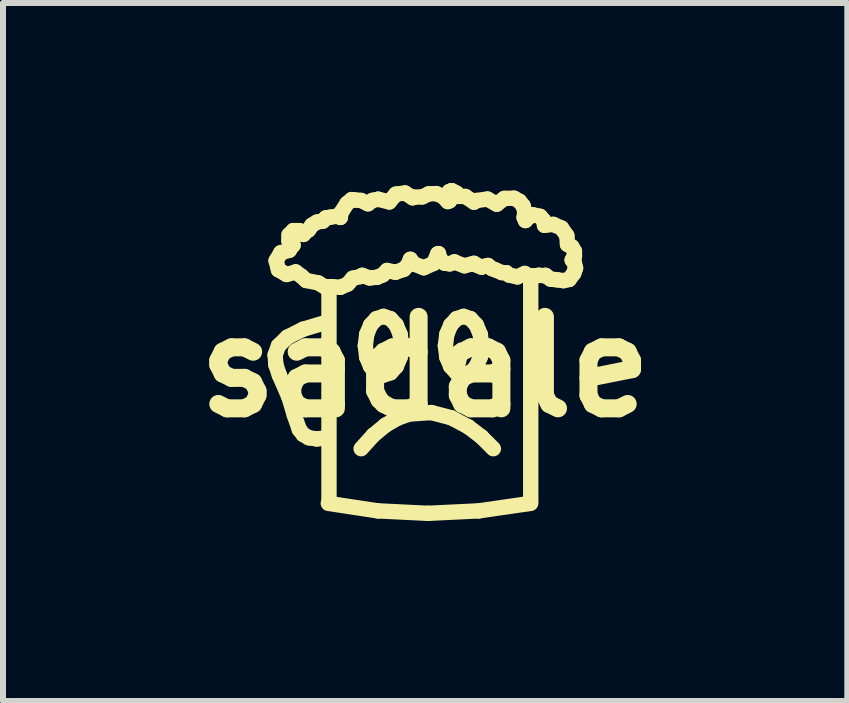
<source format=kicad_pcb>
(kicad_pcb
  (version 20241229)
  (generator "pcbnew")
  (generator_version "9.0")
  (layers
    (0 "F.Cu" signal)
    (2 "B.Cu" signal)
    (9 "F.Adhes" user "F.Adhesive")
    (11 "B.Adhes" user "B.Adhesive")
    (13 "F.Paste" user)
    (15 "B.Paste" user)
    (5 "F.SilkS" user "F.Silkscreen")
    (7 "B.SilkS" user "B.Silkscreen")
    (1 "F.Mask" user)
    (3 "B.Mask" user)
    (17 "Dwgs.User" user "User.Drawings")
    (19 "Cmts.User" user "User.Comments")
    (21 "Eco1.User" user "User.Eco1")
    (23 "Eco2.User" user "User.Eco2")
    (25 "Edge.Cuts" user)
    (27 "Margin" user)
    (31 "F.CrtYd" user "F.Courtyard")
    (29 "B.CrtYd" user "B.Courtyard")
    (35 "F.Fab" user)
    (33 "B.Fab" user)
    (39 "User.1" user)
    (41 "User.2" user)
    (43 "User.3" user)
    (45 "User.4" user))
  (footprint "sadale"
    (layer "F.Cu")
    (at 4.035 3.065)
    (property "Reference" "sadale" (at 0 0 0) (layer "F.SilkS") (effects (font (size 1.524 1.524) (thickness 0.3))))
    (attr through_hole)
    (fp_line (start -2.5 -0.2) (end -2.488 -0.037) (stroke (width 0.256) (type solid) (color 5 5 5 1)) (layer "F.SilkS"))
    (fp_line (start -2.488 -0.037) (end -2.43 0.136) (stroke (width 0.256) (type solid) (color 5 5 5 1)) (layer "F.SilkS"))
    (fp_line (start -2.484 -1.77) (end -2.445 -1.619) (stroke (width 0.256) (type solid) (color 0 0 0 0.965)) (layer "F.SilkS"))
    (fp_line (start -2.445 -1.619) (end -2.31 -1.541) (stroke (width 0.256) (type solid) (color 0 0 0 0.965)) (layer "F.SilkS"))
    (fp_line (start -2.444 -0.354) (end -2.5 -0.2) (stroke (width 0.256) (type solid) (color 5 5 5 1)) (layer "F.SilkS"))
    (fp_line (start -2.297 -0.497) (end -2.444 -0.354) (stroke (width 0.256) (type solid) (color 5 5 5 1)) (layer "F.SilkS"))
    (fp_line (start -2.269 -2.2) (end -2.27 -2.101) (stroke (width 0.256) (type solid) (color 0 0 0 0.965)) (layer "F.SilkS"))
    (fp_line (start -2.264 -1.944) (end -2.406 -1.904) (stroke (width 0.256) (type solid) (color 0 0 0 0.965)) (layer "F.SilkS"))
    (fp_line (start -2.198 -2.272) (end -2.269 -2.2) (stroke (width 0.256) (type solid) (color 0 0 0 0.965)) (layer "F.SilkS"))
    (fp_line (start -2.16 -1.581) (end -2.158 -1.583) (stroke (width 0.256) (type solid) (color 0 0 0 0.965)) (layer "F.SilkS"))
    (fp_line (start -2.096 -2.272) (end -2.198 -2.272) (stroke (width 0.256) (type solid) (color 0 0 0 0.965)) (layer "F.SilkS"))
    (fp_line (start -2.064 -1.514) (end -1.983 -1.441) (stroke (width 0.256) (type solid) (color 0 0 0 0.965)) (layer "F.SilkS"))
    (fp_line (start -2.037 -0.628) (end -2.297 -0.497) (stroke (width 0.256) (type solid) (color 5 5 5 1)) (layer "F.SilkS"))
    (fp_line (start -2.033 1.125) (end -1.939 1.18) (stroke (width 0.256) (type solid) (color 5 5 5 1)) (layer "F.SilkS"))
    (fp_line (start -2.029 -2.208) (end -2.096 -2.272) (stroke (width 0.256) (type solid) (color 0 0 0 0.965)) (layer "F.SilkS"))
    (fp_line (start -1.983 -1.441) (end -1.785 -1.402) (stroke (width 0.256) (type solid) (color 0 0 0 0.965)) (layer "F.SilkS"))
    (fp_line (start -1.943 -2.284) (end -2.001 -2.243) (stroke (width 0.256) (type solid) (color 0 0 0 0.965)) (layer "F.SilkS"))
    (fp_line (start -1.939 1.18) (end -1.805 1.199) (stroke (width 0.256) (type solid) (color 5 5 5 1)) (layer "F.SilkS"))
    (fp_line (start -1.887 -2.363) (end -1.943 -2.284) (stroke (width 0.256) (type solid) (color 0 0 0 0.965)) (layer "F.SilkS"))
    (fp_line (start -1.805 1.199) (end -1.621 1.178) (stroke (width 0.256) (type solid) (color 5 5 5 1)) (layer "F.SilkS"))
    (fp_line (start -1.803 -2.415) (end -1.887 -2.363) (stroke (width 0.256) (type solid) (color 0 0 0 0.965)) (layer "F.SilkS"))
    (fp_line (start -1.706 -2.429) (end -1.803 -2.415) (stroke (width 0.256) (type solid) (color 0 0 0 0.965)) (layer "F.SilkS"))
    (fp_line (start -1.676 -1.338) (end -1.547 -1.337) (stroke (width 0.256) (type solid) (color 0 0 0 0.965)) (layer "F.SilkS"))
    (fp_line (start -1.654 -2.485) (end -1.703 -2.436) (stroke (width 0.256) (type solid) (color 0 0 0 0.965)) (layer "F.SilkS"))
    (fp_line (start -1.641 -0.746) (end -2.037 -0.628) (stroke (width 0.256) (type solid) (color 5 5 5 1)) (layer "F.SilkS"))
    (fp_line (start -1.614 2.273) (end -0.79 2.398) (stroke (width 0.256) (type solid)) (layer "F.SilkS"))
    (fp_line (start -1.603 -1.317) (end -1.603 2.264) (stroke (width 0.256) (type solid)) (layer "F.SilkS"))
    (fp_line (start -1.547 -1.337) (end -1.413 -1.328) (stroke (width 0.256) (type solid) (color 0 0 0 0.965)) (layer "F.SilkS"))
    (fp_line (start -1.413 -2.492) (end -1.457 -2.514) (stroke (width 0.256) (type solid) (color 0 0 0 0.965)) (layer "F.SilkS"))
    (fp_line (start -1.413 -1.328) (end -1.29 -1.381) (stroke (width 0.256) (type solid) (color 0 0 0 0.965)) (layer "F.SilkS"))
    (fp_line (start -1.406 -2.563) (end -1.413 -2.492) (stroke (width 0.256) (type solid) (color 0 0 0 0.965)) (layer "F.SilkS"))
    (fp_line (start -1.302 -2.725) (end -1.406 -2.563) (stroke (width 0.256) (type solid) (color 0 0 0 0.965)) (layer "F.SilkS"))
    (fp_line (start -1.161 -2.781) (end -1.225 -2.789) (stroke (width 0.256) (type solid) (color 0 0 0 0.965)) (layer "F.SilkS"))
    (fp_line (start -1.081 -1.506) (end -1.049 -1.527) (stroke (width 0.256) (type solid) (color 0 0 0 0.965)) (layer "F.SilkS"))
    (fp_line (start -1.069 -2.775) (end -1.161 -2.781) (stroke (width 0.256) (type solid) (color 0 0 0 0.965)) (layer "F.SilkS"))
    (fp_line (start -1.067 1.362) (end -0.864 1.137) (stroke (width 0.256) (type solid)) (layer "F.SilkS"))
    (fp_line (start -0.997 -0.354) (end -0.974 -0.544) (stroke (width 0.256) (type solid)) (layer "F.SilkS"))
    (fp_line (start -0.974 -0.544) (end -0.909 -0.699) (stroke (width 0.256) (type solid)) (layer "F.SilkS"))
    (fp_line (start -0.974 -0.163) (end -0.997 -0.354) (stroke (width 0.256) (type solid)) (layer "F.SilkS"))
    (fp_line (start -0.909 -0.699) (end -0.813 -0.804) (stroke (width 0.256) (type solid)) (layer "F.SilkS"))
    (fp_line (start -0.909 -0.008) (end -0.974 -0.163) (stroke (width 0.256) (type solid)) (layer "F.SilkS"))
    (fp_line (start -0.864 1.137) (end -0.662 0.97) (stroke (width 0.256) (type solid)) (layer "F.SilkS"))
    (fp_line (start -0.813 -0.804) (end -0.695 -0.843) (stroke (width 0.256) (type solid)) (layer "F.SilkS"))
    (fp_line (start -0.813 0.097) (end -0.909 -0.008) (stroke (width 0.256) (type solid)) (layer "F.SilkS"))
    (fp_line (start -0.782 -2.794) (end -0.785 -2.794) (stroke (width 0.256) (type solid) (color 0 0 0 0.965)) (layer "F.SilkS"))
    (fp_line (start -0.695 -0.843) (end -0.578 -0.804) (stroke (width 0.256) (type solid)) (layer "F.SilkS"))
    (fp_line (start -0.695 0.135) (end -0.813 0.097) (stroke (width 0.256) (type solid)) (layer "F.SilkS"))
    (fp_line (start -0.662 0.97) (end -0.463 0.855) (stroke (width 0.256) (type solid)) (layer "F.SilkS"))
    (fp_line (start -0.578 0.097) (end -0.695 0.135) (stroke (width 0.256) (type solid)) (layer "F.SilkS"))
    (fp_line (start -0.488 -2.88) (end -0.598 -2.75) (stroke (width 0.256) (type solid) (color 0 0 0 0.965)) (layer "F.SilkS"))
    (fp_line (start -0.463 0.855) (end -0.268 0.785) (stroke (width 0.256) (type solid)) (layer "F.SilkS"))
    (fp_line (start -0.393 -0.354) (end -0.417 -0.163) (stroke (width 0.256) (type solid)) (layer "F.SilkS"))
    (fp_line (start -0.357 -1.626) (end -0.285 -1.701) (stroke (width 0.256) (type solid) (color 0 0 0 0.965)) (layer "F.SilkS"))
    (fp_line (start -0.285 -1.701) (end -0.247 -1.794) (stroke (width 0.256) (type solid) (color 0 0 0 0.965)) (layer "F.SilkS"))
    (fp_line (start -0.247 -1.794) (end -0.194 -1.719) (stroke (width 0.256) (type solid) (color 0 0 0 0.965)) (layer "F.SilkS"))
    (fp_line (start -0.208 -2.819) (end -0.336 -2.899) (stroke (width 0.256) (type solid) (color 0 0 0 0.965)) (layer "F.SilkS"))
    (fp_line (start -0.189 -2.829) (end -0.208 -2.819) (stroke (width 0.256) (type solid) (color 0 0 0 0.965)) (layer "F.SilkS"))
    (fp_line (start -0.047 -2.834) (end -0.189 -2.829) (stroke (width 0.256) (type solid) (color 0 0 0 0.965)) (layer "F.SilkS"))
    (fp_line (start -0.024 -1.653) (end 0.143 -1.727) (stroke (width 0.256) (type solid) (color 0 0 0 0.965)) (layer "F.SilkS"))
    (fp_line (start 0.046 2.439) (end 0.895 2.398) (stroke (width 0.256) (type solid)) (layer "F.SilkS"))
    (fp_line (start 0.103 0.76) (end 0.436 0.847) (stroke (width 0.256) (type solid)) (layer "F.SilkS"))
    (fp_line (start 0.143 -1.727) (end 0.209 -1.884) (stroke (width 0.256) (type solid) (color 0 0 0 0.965)) (layer "F.SilkS"))
    (fp_line (start 0.183 -2.889) (end 0.06 -2.885) (stroke (width 0.256) (type solid) (color 0 0 0 0.965)) (layer "F.SilkS"))
    (fp_line (start 0.222 -1.889) (end 0.247 -1.794) (stroke (width 0.256) (type solid) (color 0 0 0 0.965)) (layer "F.SilkS"))
    (fp_line (start 0.247 -1.794) (end 0.324 -1.729) (stroke (width 0.256) (type solid) (color 0 0 0 0.965)) (layer "F.SilkS"))
    (fp_line (start 0.295 -2.842) (end 0.183 -2.889) (stroke (width 0.256) (type solid) (color 0 0 0 0.965)) (layer "F.SilkS"))
    (fp_line (start 0.337 -0.354) (end 0.361 -0.163) (stroke (width 0.256) (type solid)) (layer "F.SilkS"))
    (fp_line (start 0.361 -0.544) (end 0.337 -0.354) (stroke (width 0.256) (type solid)) (layer "F.SilkS"))
    (fp_line (start 0.364 -2.869) (end 0.376 -2.803) (stroke (width 0.256) (type solid) (color 0 0 0 0.965)) (layer "F.SilkS"))
    (fp_line (start 0.376 -2.803) (end 0.409 -2.773) (stroke (width 0.256) (type solid) (color 0 0 0 0.965)) (layer "F.SilkS"))
    (fp_line (start 0.406 -2.77) (end 0.377 -2.756) (stroke (width 0.256) (type solid) (color 0 0 0 0.965)) (layer "F.SilkS"))
    (fp_line (start 0.409 -2.773) (end 0.406 -2.77) (stroke (width 0.256) (type solid) (color 0 0 0 0.965)) (layer "F.SilkS"))
    (fp_line (start 0.41 -1.718) (end 0.488 -1.751) (stroke (width 0.256) (type solid) (color 0 0 0 0.965)) (layer "F.SilkS"))
    (fp_line (start 0.436 0.847) (end 0.72 0.998) (stroke (width 0.256) (type solid)) (layer "F.SilkS"))
    (fp_line (start 0.442 -2.937) (end 0.402 -2.923) (stroke (width 0.256) (type solid) (color 0 0 0 0.965)) (layer "F.SilkS"))
    (fp_line (start 0.488 -1.751) (end 0.499 -1.743) (stroke (width 0.256) (type solid) (color 0 0 0 0.965)) (layer "F.SilkS"))
    (fp_line (start 0.499 -1.743) (end 0.655 -1.686) (stroke (width 0.256) (type solid) (color 0 0 0 0.965)) (layer "F.SilkS"))
    (fp_line (start 0.522 0.097) (end 0.64 0.135) (stroke (width 0.256) (type solid)) (layer "F.SilkS"))
    (fp_line (start 0.64 -0.843) (end 0.522 -0.804) (stroke (width 0.256) (type solid)) (layer "F.SilkS"))
    (fp_line (start 0.655 -1.686) (end 0.811 -1.727) (stroke (width 0.256) (type solid) (color 0 0 0 0.965)) (layer "F.SilkS"))
    (fp_line (start 0.67 -2.841) (end 0.535 -2.843) (stroke (width 0.256) (type solid) (color 0 0 0 0.965)) (layer "F.SilkS"))
    (fp_line (start 0.72 0.998) (end 0.94 1.166) (stroke (width 0.256) (type solid)) (layer "F.SilkS"))
    (fp_line (start 0.755 -0.805) (end 0.64 -0.843) (stroke (width 0.256) (type solid)) (layer "F.SilkS"))
    (fp_line (start 0.828 -1.715) (end 0.86 -1.696) (stroke (width 0.256) (type solid) (color 0 0 0 0.965)) (layer "F.SilkS"))
    (fp_line (start 0.853 -0.008) (end 0.919 -0.167) (stroke (width 0.256) (type solid)) (layer "F.SilkS"))
    (fp_line (start 0.86 -1.696) (end 0.94 -1.663) (stroke (width 0.256) (type solid) (color 0 0 0 0.965)) (layer "F.SilkS"))
    (fp_line (start 0.895 2.398) (end 1.756 2.273) (stroke (width 0.256) (type solid)) (layer "F.SilkS"))
    (fp_line (start 0.919 -0.541) (end 0.853 -0.699) (stroke (width 0.256) (type solid)) (layer "F.SilkS"))
    (fp_line (start 0.919 -0.167) (end 0.942 -0.354) (stroke (width 0.256) (type solid)) (layer "F.SilkS"))
    (fp_line (start 0.942 -0.354) (end 0.919 -0.541) (stroke (width 0.256) (type solid)) (layer "F.SilkS"))
    (fp_line (start 1.038 -2.798) (end 0.859 -2.774) (stroke (width 0.256) (type solid) (color 0 0 0 0.965)) (layer "F.SilkS"))
    (fp_line (start 1.047 -1.691) (end 1.108 -1.641) (stroke (width 0.256) (type solid) (color 0 0 0 0.965)) (layer "F.SilkS"))
    (fp_line (start 1.108 -1.641) (end 1.165 -1.62) (stroke (width 0.256) (type solid) (color 0 0 0 0.965)) (layer "F.SilkS"))
    (fp_line (start 1.165 -1.62) (end 1.28 -1.572) (stroke (width 0.256) (type solid) (color 0 0 0 0.965)) (layer "F.SilkS"))
    (fp_line (start 1.193 -2.712) (end 1.038 -2.798) (stroke (width 0.256) (type solid) (color 0 0 0 0.965)) (layer "F.SilkS"))
    (fp_line (start 1.28 -1.572) (end 1.351 -1.571) (stroke (width 0.256) (type solid) (color 0 0 0 0.965)) (layer "F.SilkS"))
    (fp_line (start 1.401 -1.531) (end 1.536 -1.501) (stroke (width 0.256) (type solid) (color 0 0 0 0.965)) (layer "F.SilkS"))
    (fp_line (start 1.649 -2.491) (end 1.66 -2.592) (stroke (width 0.256) (type solid) (color 0 0 0 0.965)) (layer "F.SilkS"))
    (fp_line (start 1.708 -1.524) (end 1.847 -1.518) (stroke (width 0.256) (type solid) (color 0 0 0 0.965)) (layer "F.SilkS"))
    (fp_line (start 1.759 -1.509) (end 1.759 2.264) (stroke (width 0.256) (type solid)) (layer "F.SilkS"))
    (fp_line (start 1.847 -1.518) (end 1.864 -1.521) (stroke (width 0.256) (type solid) (color 0 0 0 0.965)) (layer "F.SilkS"))
    (fp_line (start 1.916 -2.51) (end 1.792 -2.536) (stroke (width 0.256) (type solid) (color 0 0 0 0.965)) (layer "F.SilkS"))
    (fp_line (start 1.987 -1.521) (end 2.005 -1.527) (stroke (width 0.256) (type solid) (color 0 0 0 0.965)) (layer "F.SilkS"))
    (fp_line (start 1.989 -2.36) (end 1.973 -2.444) (stroke (width 0.256) (type solid) (color 0 0 0 0.965)) (layer "F.SilkS"))
    (fp_line (start 2.195 -1.453) (end 2.304 -1.438) (stroke (width 0.256) (type solid) (color 0 0 0 0.965)) (layer "F.SilkS"))
    (fp_line (start 2.272 -2.315) (end 2.134 -2.376) (stroke (width 0.256) (type solid) (color 0 0 0 0.965)) (layer "F.SilkS"))
    (fp_line (start 2.36 -2.19) (end 2.272 -2.315) (stroke (width 0.256) (type solid) (color 0 0 0 0.965)) (layer "F.SilkS"))
    (fp_line (start 2.444 -2.003) (end 2.372 -2.042) (stroke (width 0.256) (type solid) (color 0 0 0 0.965)) (layer "F.SilkS"))
    (fp_line (start 2.45 -1.782) (end 2.488 -1.85) (stroke (width 0.256) (type solid) (color 0 0 0 0.965)) (layer "F.SilkS"))
    (fp_line (start 2.476 -1.561) (end 2.506 -1.648) (stroke (width 0.256) (type solid) (color 0 0 0 0.965)) (layer "F.SilkS"))
    (fp_line (start 2.485 -1.739) (end 2.45 -1.782) (stroke (width 0.256) (type solid) (color 0 0 0 0.965)) (layer "F.SilkS"))
    (fp_line (start 2.488 -1.85) (end 2.487 -1.93) (stroke (width 0.256) (type solid) (color 0 0 0 0.965)) (layer "F.SilkS"))
    (fp_line (start 2.506 -1.648) (end 2.485 -1.739) (stroke (width 0.256) (type solid) (color 0 0 0 0.965)) (layer "F.SilkS"))
    (fp_poly (pts (xy -0.524 -0.338) (xy -0.483 -0.169) (xy -0.524 0.001) (xy -0.623 0.071) (xy -0.722 0.001) (xy -0.763 -0.169) (xy -0.722 -0.338) (xy -0.623 -0.409)) (stroke (width 0) (type solid)) (fill yes) (layer "F.SilkS"))
    (fp_poly (pts (xy 0.666 -0.338) (xy 0.707 -0.169) (xy 0.666 0.001) (xy 0.567 0.071) (xy 0.468 0.001) (xy 0.427 -0.169) (xy 0.468 -0.338) (xy 0.567 -0.409)) (stroke (width 0) (type solid)) (fill yes) (layer "F.SilkS"))
    (fp_curve (pts (xy -2.43 0.136) (xy -2.377 0.258) (xy -2.324 0.379) (xy -2.271 0.501)) (stroke (width 0.256) (type solid) (color 5 5 5 1)) (layer "F.SilkS"))
    (fp_curve (pts (xy -2.406 -1.904) (xy -2.432 -1.859) (xy -2.458 -1.814) (xy -2.484 -1.77)) (stroke (width 0.256) (type solid) (color 0 0 0 0.965)) (layer "F.SilkS"))
    (fp_curve (pts (xy -2.31 -1.541) (xy -2.26 -1.554) (xy -2.21 -1.568) (xy -2.16 -1.581)) (stroke (width 0.256) (type solid) (color 0 0 0 0.965)) (layer "F.SilkS"))
    (fp_curve (pts (xy -2.271 0.501) (xy -2.241 0.601) (xy -2.211 0.7) (xy -2.181 0.8)) (stroke (width 0.256) (type solid) (color 5 5 5 1)) (layer "F.SilkS"))
    (fp_curve (pts (xy -2.27 -2.101) (xy -2.247 -2.077) (xy -2.224 -2.054) (xy -2.201 -2.03)) (stroke (width 0.256) (type solid) (color 0 0 0 0.965)) (layer "F.SilkS"))
    (fp_curve (pts (xy -2.221 -2.015) (xy -2.236 -1.991) (xy -2.25 -1.968) (xy -2.264 -1.944)) (stroke (width 0.256) (type solid) (color 0 0 0 0.965)) (layer "F.SilkS"))
    (fp_curve (pts (xy -2.201 -2.03) (xy -2.208 -2.025) (xy -2.215 -2.02) (xy -2.221 -2.015)) (stroke (width 0.256) (type solid) (color 0 0 0 0.965)) (layer "F.SilkS"))
    (fp_curve (pts (xy -2.181 0.8) (xy -2.154 0.88) (xy -2.126 0.96) (xy -2.098 1.04)) (stroke (width 0.256) (type solid) (color 5 5 5 1)) (layer "F.SilkS"))
    (fp_curve (pts (xy -2.158 -1.583) (xy -2.127 -1.56) (xy -2.095 -1.537) (xy -2.064 -1.514)) (stroke (width 0.256) (type solid) (color 0 0 0 0.965)) (layer "F.SilkS"))
    (fp_curve (pts (xy -2.098 1.04) (xy -2.077 1.068) (xy -2.055 1.096) (xy -2.033 1.125)) (stroke (width 0.256) (type solid) (color 5 5 5 1)) (layer "F.SilkS"))
    (fp_curve (pts (xy -2.001 -2.243) (xy -2.01 -2.231) (xy -2.019 -2.22) (xy -2.029 -2.208)) (stroke (width 0.256) (type solid) (color 0 0 0 0.965)) (layer "F.SilkS"))
    (fp_curve (pts (xy -1.785 -1.402) (xy -1.749 -1.381) (xy -1.712 -1.359) (xy -1.676 -1.338)) (stroke (width 0.256) (type solid) (color 0 0 0 0.965)) (layer "F.SilkS"))
    (fp_curve (pts (xy -1.703 -2.436) (xy -1.704 -2.434) (xy -1.705 -2.432) (xy -1.706 -2.429)) (stroke (width 0.256) (type solid) (color 0 0 0 0.965)) (layer "F.SilkS"))
    (fp_curve (pts (xy -1.587 -2.495) (xy -1.609 -2.492) (xy -1.632 -2.488) (xy -1.654 -2.485)) (stroke (width 0.256) (type solid) (color 0 0 0 0.965)) (layer "F.SilkS"))
    (fp_curve (pts (xy -1.457 -2.514) (xy -1.5 -2.507) (xy -1.543 -2.501) (xy -1.587 -2.495)) (stroke (width 0.256) (type solid) (color 0 0 0 0.965)) (layer "F.SilkS"))
    (fp_curve (pts (xy -1.29 -1.381) (xy -1.262 -1.413) (xy -1.234 -1.446) (xy -1.206 -1.479)) (stroke (width 0.256) (type solid) (color 0 0 0 0.965)) (layer "F.SilkS"))
    (fp_curve (pts (xy -1.225 -2.789) (xy -1.251 -2.768) (xy -1.276 -2.746) (xy -1.302 -2.725)) (stroke (width 0.256) (type solid) (color 0 0 0 0.965)) (layer "F.SilkS"))
    (fp_curve (pts (xy -1.206 -1.479) (xy -1.164 -1.488) (xy -1.123 -1.497) (xy -1.081 -1.506)) (stroke (width 0.256) (type solid) (color 0 0 0 0.965)) (layer "F.SilkS"))
    (fp_curve (pts (xy -1.049 -1.527) (xy -1.008 -1.512) (xy -0.968 -1.497) (xy -0.927 -1.483)) (stroke (width 0.256) (type solid) (color 0 0 0 0.965)) (layer "F.SilkS"))
    (fp_curve (pts (xy -0.953 -2.719) (xy -0.991 -2.738) (xy -1.03 -2.757) (xy -1.069 -2.775)) (stroke (width 0.256) (type solid) (color 0 0 0 0.965)) (layer "F.SilkS"))
    (fp_curve (pts (xy -0.927 -1.483) (xy -0.885 -1.487) (xy -0.842 -1.491) (xy -0.8 -1.495)) (stroke (width 0.256) (type solid) (color 0 0 0 0.965)) (layer "F.SilkS"))
    (fp_curve (pts (xy -0.878 -2.776) (xy -0.903 -2.757) (xy -0.928 -2.738) (xy -0.953 -2.719)) (stroke (width 0.256) (type solid) (color 0 0 0 0.965)) (layer "F.SilkS"))
    (fp_curve (pts (xy -0.8 -1.495) (xy -0.768 -1.508) (xy -0.737 -1.521) (xy -0.705 -1.535)) (stroke (width 0.256) (type solid) (color 0 0 0 0.965)) (layer "F.SilkS"))
    (fp_curve (pts (xy -0.79 2.398) (xy -0.511 2.412) (xy -0.233 2.426) (xy 0.046 2.439)) (stroke (width 0.256) (type solid)) (layer "F.SilkS"))
    (fp_curve (pts (xy -0.785 -2.794) (xy -0.816 -2.788) (xy -0.847 -2.782) (xy -0.878 -2.776)) (stroke (width 0.256) (type solid) (color 0 0 0 0.965)) (layer "F.SilkS"))
    (fp_curve (pts (xy -0.705 -1.535) (xy -0.682 -1.559) (xy -0.658 -1.584) (xy -0.635 -1.608)) (stroke (width 0.256) (type solid) (color 0 0 0 0.965)) (layer "F.SilkS"))
    (fp_curve (pts (xy -0.635 -1.608) (xy -0.588 -1.598) (xy -0.542 -1.588) (xy -0.495 -1.578)) (stroke (width 0.256) (type solid) (color 0 0 0 0.965)) (layer "F.SilkS"))
    (fp_curve (pts (xy -0.598 -2.75) (xy -0.659 -2.765) (xy -0.72 -2.779) (xy -0.782 -2.794)) (stroke (width 0.256) (type solid) (color 0 0 0 0.965)) (layer "F.SilkS"))
    (fp_curve (pts (xy -0.578 -0.804) (xy -0.546 -0.769) (xy -0.514 -0.734) (xy -0.482 -0.699)) (stroke (width 0.256) (type solid)) (layer "F.SilkS"))
    (fp_curve (pts (xy -0.495 -1.578) (xy -0.449 -1.594) (xy -0.403 -1.61) (xy -0.357 -1.626)) (stroke (width 0.256) (type solid) (color 0 0 0 0.965)) (layer "F.SilkS"))
    (fp_curve (pts (xy -0.482 -0.699) (xy -0.46 -0.648) (xy -0.438 -0.596) (xy -0.417 -0.544)) (stroke (width 0.256) (type solid)) (layer "F.SilkS"))
    (fp_curve (pts (xy -0.482 -0.008) (xy -0.514 0.027) (xy -0.546 0.062) (xy -0.578 0.097)) (stroke (width 0.256) (type solid)) (layer "F.SilkS"))
    (fp_curve (pts (xy -0.417 -0.544) (xy -0.409 -0.481) (xy -0.401 -0.417) (xy -0.393 -0.354)) (stroke (width 0.256) (type solid)) (layer "F.SilkS"))
    (fp_curve (pts (xy -0.417 -0.163) (xy -0.438 -0.112) (xy -0.46 -0.06) (xy -0.482 -0.008)) (stroke (width 0.256) (type solid)) (layer "F.SilkS"))
    (fp_curve (pts (xy -0.336 -2.899) (xy -0.387 -2.893) (xy -0.437 -2.886) (xy -0.488 -2.88)) (stroke (width 0.256) (type solid) (color 0 0 0 0.965)) (layer "F.SilkS"))
    (fp_curve (pts (xy -0.268 0.785) (xy -0.145 0.777) (xy -0.021 0.768) (xy 0.103 0.76)) (stroke (width 0.256) (type solid)) (layer "F.SilkS"))
    (fp_curve (pts (xy -0.194 -1.719) (xy -0.138 -1.697) (xy -0.081 -1.675) (xy -0.024 -1.653)) (stroke (width 0.256) (type solid) (color 0 0 0 0.965)) (layer "F.SilkS"))
    (fp_curve (pts (xy 0.06 -2.885) (xy 0.025 -2.868) (xy -0.011 -2.851) (xy -0.047 -2.834)) (stroke (width 0.256) (type solid) (color 0 0 0 0.965)) (layer "F.SilkS"))
    (fp_curve (pts (xy 0.209 -1.884) (xy 0.213 -1.886) (xy 0.218 -1.887) (xy 0.222 -1.889)) (stroke (width 0.256) (type solid) (color 0 0 0 0.965)) (layer "F.SilkS"))
    (fp_curve (pts (xy 0.324 -1.729) (xy 0.353 -1.726) (xy 0.382 -1.722) (xy 0.41 -1.718)) (stroke (width 0.256) (type solid) (color 0 0 0 0.965)) (layer "F.SilkS"))
    (fp_curve (pts (xy 0.361 -0.163) (xy 0.383 -0.112) (xy 0.404 -0.06) (xy 0.426 -0.008)) (stroke (width 0.256) (type solid)) (layer "F.SilkS"))
    (fp_curve (pts (xy 0.377 -2.756) (xy 0.35 -2.785) (xy 0.322 -2.813) (xy 0.295 -2.842)) (stroke (width 0.256) (type solid) (color 0 0 0 0.965)) (layer "F.SilkS"))
    (fp_curve (pts (xy 0.402 -2.923) (xy 0.389 -2.905) (xy 0.376 -2.887) (xy 0.364 -2.869)) (stroke (width 0.256) (type solid) (color 0 0 0 0.965)) (layer "F.SilkS"))
    (fp_curve (pts (xy 0.426 -0.699) (xy 0.404 -0.648) (xy 0.383 -0.596) (xy 0.361 -0.544)) (stroke (width 0.256) (type solid)) (layer "F.SilkS"))
    (fp_curve (pts (xy 0.426 -0.008) (xy 0.458 0.027) (xy 0.49 0.062) (xy 0.522 0.097)) (stroke (width 0.256) (type solid)) (layer "F.SilkS"))
    (fp_curve (pts (xy 0.442 -2.937) (xy 0.442 -2.937) (xy 0.442 -2.937) (xy 0.442 -2.937)) (stroke (width 0.256) (type solid) (color 0 0 0 0.965)) (layer "F.SilkS"))
    (fp_curve (pts (xy 0.522 -2.897) (xy 0.495 -2.91) (xy 0.469 -2.924) (xy 0.442 -2.937)) (stroke (width 0.256) (type solid) (color 0 0 0 0.965)) (layer "F.SilkS"))
    (fp_curve (pts (xy 0.522 -0.804) (xy 0.49 -0.769) (xy 0.458 -0.734) (xy 0.426 -0.699)) (stroke (width 0.256) (type solid)) (layer "F.SilkS"))
    (fp_curve (pts (xy 0.535 -2.843) (xy 0.53 -2.861) (xy 0.526 -2.879) (xy 0.522 -2.897)) (stroke (width 0.256) (type solid) (color 0 0 0 0.965)) (layer "F.SilkS"))
    (fp_curve (pts (xy 0.64 0.135) (xy 0.678 0.123) (xy 0.717 0.11) (xy 0.755 0.098)) (stroke (width 0.256) (type solid)) (layer "F.SilkS"))
    (fp_curve (pts (xy 0.755 0.098) (xy 0.788 0.063) (xy 0.821 0.027) (xy 0.853 -0.008)) (stroke (width 0.256) (type solid)) (layer "F.SilkS"))
    (fp_curve (pts (xy 0.811 -1.727) (xy 0.817 -1.723) (xy 0.822 -1.719) (xy 0.828 -1.715)) (stroke (width 0.256) (type solid) (color 0 0 0 0.965)) (layer "F.SilkS"))
    (fp_curve (pts (xy 0.814 -2.746) (xy 0.766 -2.778) (xy 0.718 -2.809) (xy 0.67 -2.841)) (stroke (width 0.256) (type solid) (color 0 0 0 0.965)) (layer "F.SilkS"))
    (fp_curve (pts (xy 0.853 -0.699) (xy 0.821 -0.735) (xy 0.788 -0.77) (xy 0.755 -0.805)) (stroke (width 0.256) (type solid)) (layer "F.SilkS"))
    (fp_curve (pts (xy 0.859 -2.774) (xy 0.844 -2.765) (xy 0.829 -2.755) (xy 0.814 -2.746)) (stroke (width 0.256) (type solid) (color 0 0 0 0.965)) (layer "F.SilkS"))
    (fp_curve (pts (xy 0.94 1.166) (xy 1.006 1.231) (xy 1.071 1.296) (xy 1.136 1.362)) (stroke (width 0.256) (type solid)) (layer "F.SilkS"))
    (fp_curve (pts (xy 0.94 -1.663) (xy 0.95 -1.667) (xy 0.96 -1.671) (xy 0.97 -1.674)) (stroke (width 0.256) (type solid) (color 0 0 0 0.965)) (layer "F.SilkS"))
    (fp_curve (pts (xy 0.97 -1.674) (xy 0.995 -1.68) (xy 1.021 -1.685) (xy 1.047 -1.691)) (stroke (width 0.256) (type solid) (color 0 0 0 0.965)) (layer "F.SilkS"))
    (fp_curve (pts (xy 1.319 -2.809) (xy 1.277 -2.777) (xy 1.235 -2.744) (xy 1.193 -2.712)) (stroke (width 0.256) (type solid) (color 0 0 0 0.965)) (layer "F.SilkS"))
    (fp_curve (pts (xy 1.351 -1.571) (xy 1.368 -1.558) (xy 1.384 -1.544) (xy 1.401 -1.531)) (stroke (width 0.256) (type solid) (color 0 0 0 0.965)) (layer "F.SilkS"))
    (fp_curve (pts (xy 1.482 -2.812) (xy 1.428 -2.811) (xy 1.374 -2.81) (xy 1.319 -2.809)) (stroke (width 0.256) (type solid) (color 0 0 0 0.965)) (layer "F.SilkS"))
    (fp_curve (pts (xy 1.536 -1.501) (xy 1.577 -1.52) (xy 1.618 -1.539) (xy 1.66 -1.558)) (stroke (width 0.256) (type solid) (color 0 0 0 0.965)) (layer "F.SilkS"))
    (fp_curve (pts (xy 1.571 -2.762) (xy 1.542 -2.779) (xy 1.512 -2.795) (xy 1.482 -2.812)) (stroke (width 0.256) (type solid) (color 0 0 0 0.965)) (layer "F.SilkS"))
    (fp_curve (pts (xy 1.632 -2.686) (xy 1.612 -2.711) (xy 1.591 -2.737) (xy 1.571 -2.762)) (stroke (width 0.256) (type solid) (color 0 0 0 0.965)) (layer "F.SilkS"))
    (fp_curve (pts (xy 1.66 -2.592) (xy 1.65 -2.623) (xy 1.641 -2.654) (xy 1.632 -2.686)) (stroke (width 0.256) (type solid) (color 0 0 0 0.965)) (layer "F.SilkS"))
    (fp_curve (pts (xy 1.66 -1.558) (xy 1.676 -1.546) (xy 1.692 -1.535) (xy 1.708 -1.524)) (stroke (width 0.256) (type solid) (color 0 0 0 0.965)) (layer "F.SilkS"))
    (fp_curve (pts (xy 1.671 -2.44) (xy 1.664 -2.457) (xy 1.656 -2.474) (xy 1.649 -2.491)) (stroke (width 0.256) (type solid) (color 0 0 0 0.965)) (layer "F.SilkS"))
    (fp_curve (pts (xy 1.685 -2.466) (xy 1.68 -2.457) (xy 1.676 -2.448) (xy 1.671 -2.44)) (stroke (width 0.256) (type solid) (color 0 0 0 0.965)) (layer "F.SilkS"))
    (fp_curve (pts (xy 1.792 -2.536) (xy 1.756 -2.512) (xy 1.721 -2.489) (xy 1.685 -2.466)) (stroke (width 0.256) (type solid) (color 0 0 0 0.965)) (layer "F.SilkS"))
    (fp_curve (pts (xy 1.864 -1.521) (xy 1.873 -1.524) (xy 1.882 -1.526) (xy 1.891 -1.528)) (stroke (width 0.256) (type solid) (color 0 0 0 0.965)) (layer "F.SilkS"))
    (fp_curve (pts (xy 1.891 -1.528) (xy 1.923 -1.526) (xy 1.955 -1.524) (xy 1.987 -1.521)) (stroke (width 0.256) (type solid) (color 0 0 0 0.965)) (layer "F.SilkS"))
    (fp_curve (pts (xy 1.973 -2.444) (xy 1.954 -2.466) (xy 1.935 -2.488) (xy 1.916 -2.51)) (stroke (width 0.256) (type solid) (color 0 0 0 0.965)) (layer "F.SilkS"))
    (fp_curve (pts (xy 2.005 -1.527) (xy 2.033 -1.506) (xy 2.061 -1.485) (xy 2.089 -1.464)) (stroke (width 0.256) (type solid) (color 0 0 0 0.965)) (layer "F.SilkS"))
    (fp_curve (pts (xy 2.089 -1.464) (xy 2.124 -1.461) (xy 2.16 -1.457) (xy 2.195 -1.453)) (stroke (width 0.256) (type solid) (color 0 0 0 0.965)) (layer "F.SilkS"))
    (fp_curve (pts (xy 2.134 -2.376) (xy 2.086 -2.371) (xy 2.037 -2.365) (xy 1.989 -2.36)) (stroke (width 0.256) (type solid) (color 0 0 0 0.965)) (layer "F.SilkS"))
    (fp_curve (pts (xy 2.304 -1.438) (xy 2.335 -1.445) (xy 2.367 -1.452) (xy 2.399 -1.458)) (stroke (width 0.256) (type solid) (color 0 0 0 0.965)) (layer "F.SilkS"))
    (fp_curve (pts (xy 2.372 -2.042) (xy 2.368 -2.091) (xy 2.364 -2.14) (xy 2.36 -2.19)) (stroke (width 0.256) (type solid) (color 0 0 0 0.965)) (layer "F.SilkS"))
    (fp_curve (pts (xy 2.399 -1.458) (xy 2.425 -1.493) (xy 2.45 -1.527) (xy 2.476 -1.561)) (stroke (width 0.256) (type solid) (color 0 0 0 0.965)) (layer "F.SilkS"))
    (fp_curve (pts (xy 2.487 -1.93) (xy 2.473 -1.954) (xy 2.459 -1.979) (xy 2.444 -2.003)) (stroke (width 0.256) (type solid) (color 0 0 0 0.965)) (layer "F.SilkS")))
  (gr_rect
    (start -3 -3)
    (end 11.07 8.632)
    (stroke (width 0.1) (type default))
    (fill no)
    (layer "Edge.Cuts")))
</source>
